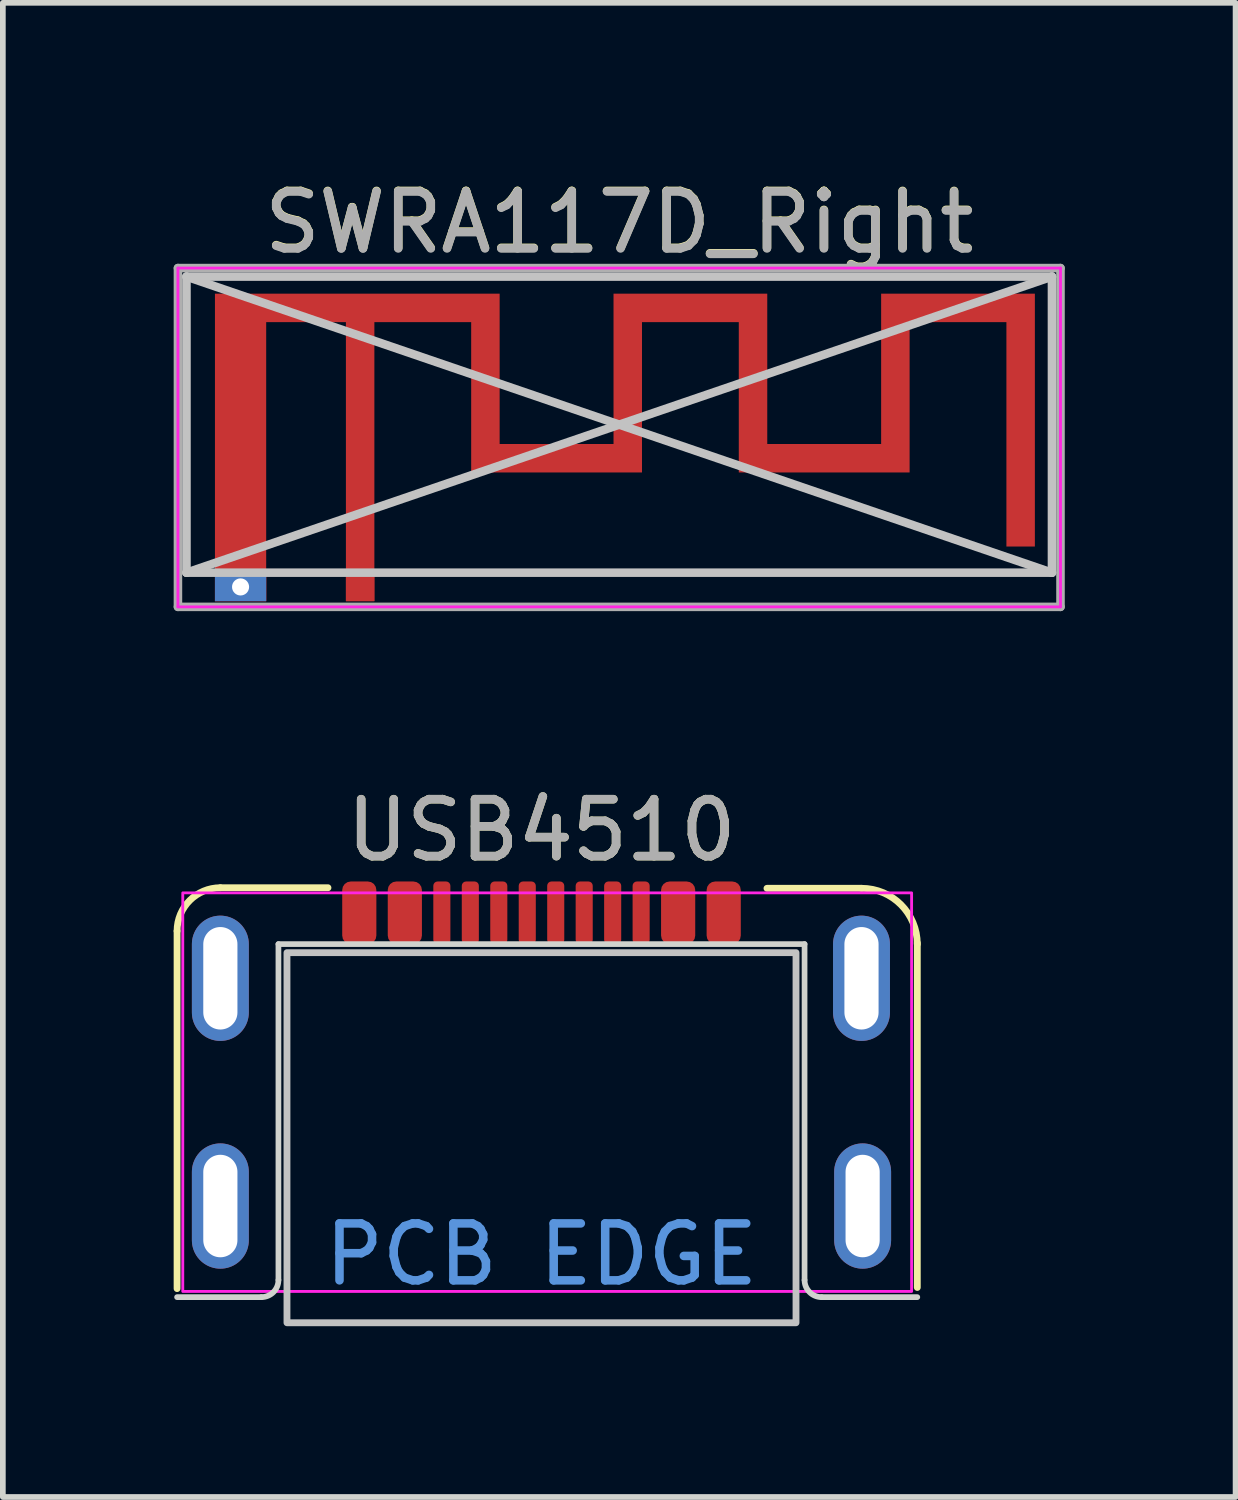
<source format=kicad_pcb>
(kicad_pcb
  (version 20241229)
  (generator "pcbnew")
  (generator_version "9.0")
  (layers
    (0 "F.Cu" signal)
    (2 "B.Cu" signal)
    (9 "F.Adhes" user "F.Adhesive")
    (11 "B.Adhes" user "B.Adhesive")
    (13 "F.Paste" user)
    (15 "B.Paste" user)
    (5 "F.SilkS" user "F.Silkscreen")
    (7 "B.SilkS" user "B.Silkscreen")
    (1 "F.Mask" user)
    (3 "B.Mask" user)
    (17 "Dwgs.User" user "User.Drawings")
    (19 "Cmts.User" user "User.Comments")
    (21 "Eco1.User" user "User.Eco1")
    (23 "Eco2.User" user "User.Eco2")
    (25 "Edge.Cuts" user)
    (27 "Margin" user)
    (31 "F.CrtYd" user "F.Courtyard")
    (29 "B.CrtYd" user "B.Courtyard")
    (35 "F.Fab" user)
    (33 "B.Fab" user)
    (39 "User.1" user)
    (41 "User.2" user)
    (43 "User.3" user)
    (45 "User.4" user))
  (footprint "USB4510"
    (layer "F.Cu")
    (at 6.46 16.131)
    (property "Reference" "USB4510" (at 0 -4.6 0) (unlocked yes) (layer "F.SilkS") (effects (font (size 1 1) (thickness 0.15))))
    (attr smd)
    (fp_line (start -6.4 3.45) (end -6.4 -2.83) (stroke (width 0.12) (type solid)) (layer "F.SilkS"))
    (fp_line (start -5.64 -3.59) (end -3.75 -3.59) (stroke (width 0.12) (type solid)) (layer "F.SilkS"))
    (fp_line (start 5.62 -3.58) (end 3.96 -3.58) (stroke (width 0.12) (type solid)) (layer "F.SilkS"))
    (fp_line (start 6.6 3.43) (end 6.6 -2.62) (stroke (width 0.12) (type solid)) (layer "F.SilkS"))
    (fp_arc (start -6.4 -2.83) (mid -6.177401 -3.367401) (end -5.64 -3.59) (stroke (width 0.12) (type solid)) (layer "F.SilkS"))
    (fp_arc (start 5.62 -3.58) (mid 6.312965 -3.292965) (end 6.6 -2.6) (stroke (width 0.12) (type solid)) (layer "F.SilkS"))
    (fp_rect (start -4.47 -2.45) (end 4.47 4.05) (stroke (width 0.12) (type solid)) (fill no) (layer "Dwgs.User"))
    (fp_line (start -4.92 3.6) (end -6.4 3.6) (stroke (width 0.1) (type solid)) (layer "Edge.Cuts"))
    (fp_line (start -4.62 -2.6) (end 4.62 -2.6) (stroke (width 0.1) (type solid)) (layer "Edge.Cuts"))
    (fp_line (start -4.62 3.3) (end -4.62 -2.6) (stroke (width 0.1) (type solid)) (layer "Edge.Cuts"))
    (fp_line (start 4.62 3.3) (end 4.62 -2.6) (stroke (width 0.1) (type solid)) (layer "Edge.Cuts"))
    (fp_line (start 4.92 3.6) (end 6.6 3.6) (stroke (width 0.1) (type solid)) (layer "Edge.Cuts"))
    (fp_arc (start -4.62 3.3) (mid -4.707868 3.512132) (end -4.92 3.6) (stroke (width 0.1) (type solid)) (layer "Edge.Cuts"))
    (fp_arc (start 4.92 3.6) (mid 4.707868 3.512132) (end 4.62 3.3) (stroke (width 0.1) (type solid)) (layer "Edge.Cuts"))
    (fp_rect (start -6.3 3.5) (end 6.5 -3.5) (stroke (width 0.05) (type solid)) (fill no) (layer "F.CrtYd"))
    (fp_text user "PCB EDGE" (at 0 2.85 0) (unlocked yes) (layer "Cmts.User") (effects (font (size 1 1) (thickness 0.15))))
    (fp_text user "${REFERENCE}" (at 0 -4.6 0) (unlocked yes) (layer "F.Fab") (effects (font (size 1 1) (thickness 0.15))))
    (pad "A1" smd roundrect (at -3.2 -3.15) (size 0.6 1.1) (layers "F.Cu" "F.Mask" "F.Paste") (roundrect_rratio 0.25))
    (pad "A4" smd roundrect (at -2.4 -3.15) (size 0.6 1.1) (layers "F.Cu" "F.Mask" "F.Paste") (roundrect_rratio 0.25))
    (pad "A5" smd roundrect (at -1.25 -3.15) (size 0.3 1.1) (layers "F.Cu" "F.Mask" "F.Paste") (roundrect_rratio 0.25))
    (pad "A6" smd roundrect (at -0.25 -3.15) (size 0.3 1.1) (layers "F.Cu" "F.Mask" "F.Paste") (roundrect_rratio 0.25))
    (pad "A7" smd roundrect (at 0.25 -3.15) (size 0.3 1.1) (layers "F.Cu" "F.Mask" "F.Paste") (roundrect_rratio 0.25))
    (pad "A8" smd roundrect (at 1.25 -3.15) (size 0.3 1.1) (layers "F.Cu" "F.Mask" "F.Paste") (roundrect_rratio 0.25))
    (pad "A9" smd roundrect (at 2.4 -3.15) (size 0.6 1.1) (layers "F.Cu" "F.Mask" "F.Paste") (roundrect_rratio 0.25))
    (pad "A12" smd roundrect (at 3.2 -3.15) (size 0.6 1.1) (layers "F.Cu" "F.Mask" "F.Paste") (roundrect_rratio 0.25))
    (pad "B5" smd roundrect (at 1.75 -3.15) (size 0.3 1.1) (layers "F.Cu" "F.Mask" "F.Paste") (roundrect_rratio 0.25))
    (pad "B6" smd roundrect (at 0.75 -3.15) (size 0.3 1.1) (layers "F.Cu" "F.Mask" "F.Paste") (roundrect_rratio 0.25))
    (pad "B7" smd roundrect (at -0.75 -3.15) (size 0.3 1.1) (layers "F.Cu" "F.Mask" "F.Paste") (roundrect_rratio 0.25))
    (pad "B8" smd roundrect (at -1.75 -3.15) (size 0.3 1.1) (layers "F.Cu" "F.Mask" "F.Paste") (roundrect_rratio 0.25))
    (pad "S1" thru_hole oval (at -5.64 -2) (size 1 2.2) (drill oval 0.6 1.8) (layers "*.Cu" "*.Mask"))
    (pad "S1" thru_hole oval (at -5.64 2) (size 1 2.2) (drill oval 0.6 1.8) (layers "*.Cu" "*.Mask"))
    (pad "S1" thru_hole oval (at 5.62 -2) (size 1 2.2) (drill oval 0.6 1.8) (layers "*.Cu" "*.Mask"))
    (pad "S1" thru_hole oval (at 5.64 2) (size 1 2.2) (drill oval 0.6 1.8) (layers "*.Cu" "*.Mask")))
  (footprint "SWRA117D_Right"
    (layer "F.Cu")
    (at 3.275 7.258)
    (property "Reference" "SWRA117D_Right" (at 4.55 -6.41 0) (layer "F.SilkS") (effects (font (size 1 1) (thickness 0.15))))
    (attr exclude_from_pos_files exclude_from_bom)
    (fp_poly (pts (xy 2.45 -2.51) (xy 4.45 -2.51) (xy 4.45 -5.15) (xy 7.15 -5.15) (xy 7.15 -2.51) (xy 9.15 -2.51) (xy 9.15 -5.15) (xy 11.85 -5.15) (xy 11.85 -0.71) (xy 11.35 -0.71) (xy 11.35 -4.65) (xy 9.65 -4.65) (xy 9.65 -2.01) (xy 6.65 -2.01) (xy 6.65 -4.65) (xy 4.95 -4.65) (xy 4.95 -2.01) (xy 1.95 -2.01) (xy 1.95 -4.65) (xy 0.25 -4.65) (xy 0.25 0.25) (xy -0.25 0.25) (xy -0.25 -4.65) (xy -1.65 -4.65) (xy -1.65 0.25) (xy -2.55 0.25) (xy -2.55 0.007) (xy -2.248 0.007) (xy -2.238 0.054) (xy -2.214 0.097) (xy -2.176 0.13) (xy -2.168 0.134) (xy -2.125 0.146) (xy -2.077 0.145) (xy -2.031 0.132) (xy -2.013 0.122) (xy -1.979 0.087) (xy -1.958 0.041) (xy -1.952 -0.008) (xy -1.96 -0.056) (xy -1.977 -0.089) (xy -2.012 -0.121) (xy -2.058 -0.141) (xy -2.107 -0.148) (xy -2.155 -0.14) (xy -2.188 -0.123) (xy -2.223 -0.086) (xy -2.243 -0.042) (xy -2.248 0.007) (xy -2.55 0.007) (xy -2.55 -5.15) (xy 2.45 -5.15) (xy 2.45 -2.51)) (stroke (width 0) (type solid)) (fill yes) (layer "F.Cu"))
    (fp_line (start -3.05 -5.45) (end 12.15 -5.45) (stroke (width 0.15) (type solid)) (layer "Dwgs.User"))
    (fp_line (start -3.05 -5.45) (end 12.15 -0.25) (stroke (width 0.15) (type solid)) (layer "Dwgs.User"))
    (fp_line (start -3.05 -0.25) (end -3.05 -5.45) (stroke (width 0.15) (type solid)) (layer "Dwgs.User"))
    (fp_line (start -3.05 -0.25) (end 12.15 -5.45) (stroke (width 0.15) (type solid)) (layer "Dwgs.User"))
    (fp_line (start -3.05 -0.25) (end 12.15 -0.25) (stroke (width 0.15) (type solid)) (layer "Dwgs.User"))
    (fp_line (start 12.15 -0.25) (end 12.15 -5.45) (stroke (width 0.15) (type solid)) (layer "Dwgs.User"))
    (fp_line (start -3.2 -5.6) (end 12.3 -5.6) (stroke (width 0.05) (type solid)) (layer "F.CrtYd"))
    (fp_line (start -3.2 0.35) (end -3.2 -5.6) (stroke (width 0.05) (type solid)) (layer "F.CrtYd"))
    (fp_line (start 12.3 -5.6) (end 12.3 0.35) (stroke (width 0.05) (type solid)) (layer "F.CrtYd"))
    (fp_line (start 12.3 0.35) (end -3.2 0.35) (stroke (width 0.05) (type solid)) (layer "F.CrtYd"))
    (fp_line (start -3.2 -5.6) (end 12.3 -5.6) (stroke (width 0.15) (type solid)) (layer "F.Fab"))
    (fp_line (start -3.2 0.35) (end -3.2 -5.6) (stroke (width 0.15) (type solid)) (layer "F.Fab"))
    (fp_line (start 12.3 -5.6) (end 12.3 0.35) (stroke (width 0.15) (type solid)) (layer "F.Fab"))
    (fp_line (start 12.3 0.35) (end -3.2 0.35) (stroke (width 0.15) (type solid)) (layer "F.Fab"))
    (fp_text user "${REFERENCE}" (at 4.55 -6.4 0) (layer "F.Fab") (effects (font (size 1 1) (thickness 0.15))))
    (pad "1" connect rect (at 0 0) (size 0.5 0.5) (layers "F.Cu"))
    (pad "2" thru_hole rect (at -2.1 0) (size 0.9 0.5) (drill 0.3) (layers "*.Cu")))
  (gr_rect
    (start -3 -3)
    (end 18.65 23.241)
    (stroke (width 0.1) (type default))
    (fill no)
    (layer "Edge.Cuts")))
</source>
